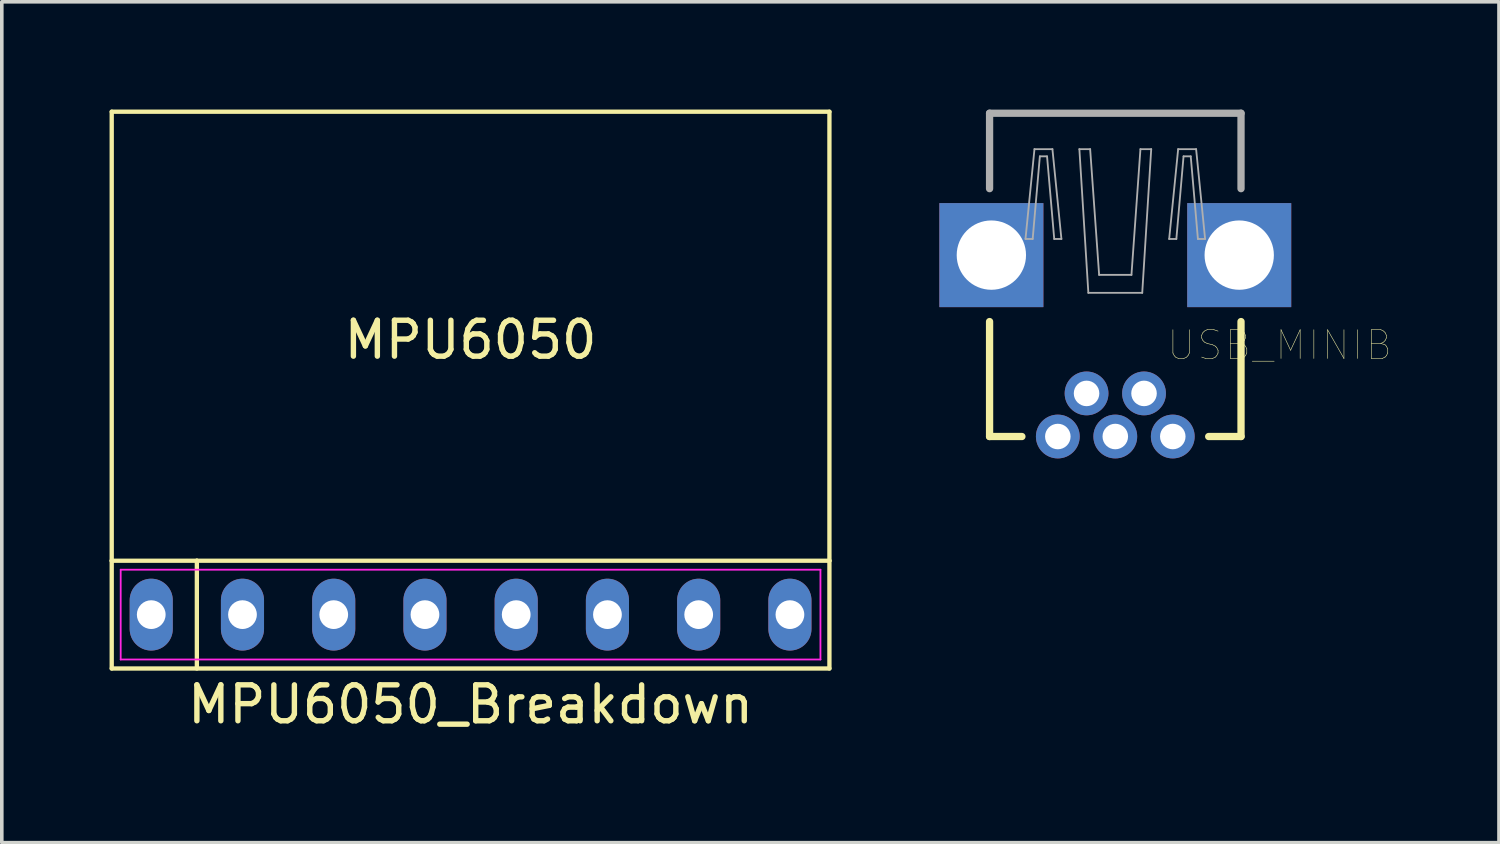
<source format=kicad_pcb>
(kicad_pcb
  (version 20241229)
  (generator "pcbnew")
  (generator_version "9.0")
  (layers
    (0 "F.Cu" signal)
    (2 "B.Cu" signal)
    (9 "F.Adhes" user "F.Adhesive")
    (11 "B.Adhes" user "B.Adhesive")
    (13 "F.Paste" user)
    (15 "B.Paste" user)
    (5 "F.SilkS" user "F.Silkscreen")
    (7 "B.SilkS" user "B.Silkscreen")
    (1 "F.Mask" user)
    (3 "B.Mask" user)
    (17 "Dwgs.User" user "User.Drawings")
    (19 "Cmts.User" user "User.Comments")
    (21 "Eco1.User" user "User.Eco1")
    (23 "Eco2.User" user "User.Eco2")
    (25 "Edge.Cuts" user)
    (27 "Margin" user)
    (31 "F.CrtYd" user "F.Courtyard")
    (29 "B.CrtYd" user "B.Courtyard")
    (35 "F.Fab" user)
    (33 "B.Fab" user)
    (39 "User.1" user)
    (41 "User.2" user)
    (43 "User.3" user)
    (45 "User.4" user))
  (footprint "MPU6050_Breakdown"
    (layer "F.Cu")
    (at 10.05 14.06)
    (property "Reference" "MPU6050_Breakdown" (at 0 2.5 0) (layer "F.SilkS") (effects (font (size 1 1) (thickness 0.15))))
    (attr through_hole)
    (fp_line (start -9.99 -14) (end -9.99 -1.5) (stroke (width 0.12) (type solid)) (layer "F.SilkS"))
    (fp_line (start -9.99 -14) (end 9.99 -14) (stroke (width 0.12) (type solid)) (layer "F.SilkS"))
    (fp_line (start -9.99 -1.5) (end -7.62 -1.5) (stroke (width 0.12) (type solid)) (layer "F.SilkS"))
    (fp_line (start -9.99 1.5) (end -9.99 -1.5) (stroke (width 0.12) (type solid)) (layer "F.SilkS"))
    (fp_line (start -7.62 -1.5) (end -7.62 1.5) (stroke (width 0.12) (type solid)) (layer "F.SilkS"))
    (fp_line (start -7.62 -1.5) (end 9.99 -1.5) (stroke (width 0.12) (type solid)) (layer "F.SilkS"))
    (fp_line (start 9.99 -1.5) (end 9.99 -14) (stroke (width 0.12) (type solid)) (layer "F.SilkS"))
    (fp_line (start 9.99 -1.5) (end 9.99 1.5) (stroke (width 0.12) (type solid)) (layer "F.SilkS"))
    (fp_line (start 9.99 1.5) (end -9.99 1.5) (stroke (width 0.12) (type solid)) (layer "F.SilkS"))
    (fp_line (start -9.74 -1.25) (end 9.74 -1.25) (stroke (width 0.05) (type solid)) (layer "F.CrtYd"))
    (fp_line (start -9.74 1.25) (end -9.74 -1.25) (stroke (width 0.05) (type solid)) (layer "F.CrtYd"))
    (fp_line (start 9.74 -1.25) (end 9.74 1.25) (stroke (width 0.05) (type solid)) (layer "F.CrtYd"))
    (fp_line (start 9.74 1.25) (end -9.74 1.25) (stroke (width 0.05) (type solid)) (layer "F.CrtYd"))
    (fp_text user "MPU6050" (at 0 -7.65 0) (layer "F.SilkS") (effects (font (size 1 1) (thickness 0.15))))
    (pad "1" thru_hole oval (at -8.89 0) (size 1.2 2) (drill 0.8) (layers "*.Cu" "*.Mask"))
    (pad "2" thru_hole oval (at -6.35 0) (size 1.2 2) (drill 0.8) (layers "*.Cu" "*.Mask"))
    (pad "3" thru_hole oval (at -3.81 0) (size 1.2 2) (drill 0.8) (layers "*.Cu" "*.Mask"))
    (pad "4" thru_hole oval (at -1.27 0) (size 1.2 2) (drill 0.8) (layers "*.Cu" "*.Mask"))
    (pad "5" thru_hole oval (at 1.27 0) (size 1.2 2) (drill 0.8) (layers "*.Cu" "*.Mask"))
    (pad "6" thru_hole oval (at 3.81 0) (size 1.2 2) (drill 0.8) (layers "*.Cu" "*.Mask"))
    (pad "7" thru_hole oval (at 6.35 0) (size 1.2 2) (drill 0.8) (layers "*.Cu" "*.Mask"))
    (pad "8" thru_hole oval (at 8.89 0) (size 1.2 2) (drill 0.8) (layers "*.Cu" "*.Mask")))
  (footprint "USB_MINIB"
    (layer "F.Cu")
    (at 27.998 9.102)
    (property "Reference" "USB_MINIB" (at 4.575 -2.542 180) (layer "F.SilkS") (effects (font (size 0.8 0.8) (thickness 0.015))))
    (attr through_hole)
    (fp_line (start -3.5 -3.2) (end -3.5 0) (stroke (width 0.203) (type solid)) (layer "F.SilkS"))
    (fp_line (start -3.5 0) (end -2.6 0) (stroke (width 0.203) (type solid)) (layer "F.SilkS"))
    (fp_line (start 2.6 0) (end 3.5 0) (stroke (width 0.203) (type solid)) (layer "F.SilkS"))
    (fp_line (start 3.5 0) (end 3.5 -3.2) (stroke (width 0.203) (type solid)) (layer "F.SilkS"))
    (fp_line (start -3.5 -9) (end -3.5 -6.9) (stroke (width 0.203) (type solid)) (layer "F.Fab"))
    (fp_line (start -3.5 -9) (end 3.5 -9) (stroke (width 0.203) (type solid)) (layer "F.Fab"))
    (fp_line (start -2.5 -5.5) (end -2.3 -5.5) (stroke (width 0.051) (type solid)) (layer "F.Fab"))
    (fp_line (start -2.3 -5.5) (end -2.1 -7.8) (stroke (width 0.051) (type solid)) (layer "F.Fab"))
    (fp_line (start -2.25 -8) (end -2.5 -5.5) (stroke (width 0.051) (type solid)) (layer "F.Fab"))
    (fp_line (start -2.25 -8) (end -1.75 -8) (stroke (width 0.051) (type solid)) (layer "F.Fab"))
    (fp_line (start -2.1 -7.8) (end -1.9 -7.8) (stroke (width 0.051) (type solid)) (layer "F.Fab"))
    (fp_line (start -1.9 -7.8) (end -1.7 -5.5) (stroke (width 0.051) (type solid)) (layer "F.Fab"))
    (fp_line (start -1.75 -8) (end -1.5 -5.5) (stroke (width 0.051) (type solid)) (layer "F.Fab"))
    (fp_line (start -1.7 -5.5) (end -1.5 -5.5) (stroke (width 0.051) (type solid)) (layer "F.Fab"))
    (fp_line (start -0.75 -4) (end -1 -8) (stroke (width 0.051) (type solid)) (layer "F.Fab"))
    (fp_line (start -0.75 -4) (end 0.75 -4) (stroke (width 0.051) (type solid)) (layer "F.Fab"))
    (fp_line (start -0.7 -8) (end -1 -8) (stroke (width 0.051) (type solid)) (layer "F.Fab"))
    (fp_line (start -0.7 -8) (end -0.45 -4.5) (stroke (width 0.051) (type solid)) (layer "F.Fab"))
    (fp_line (start -0.45 -4.5) (end 0.45 -4.5) (stroke (width 0.051) (type solid)) (layer "F.Fab"))
    (fp_line (start 0.45 -4.5) (end 0.7 -8) (stroke (width 0.051) (type solid)) (layer "F.Fab"))
    (fp_line (start 0.7 -8) (end 1 -8) (stroke (width 0.051) (type solid)) (layer "F.Fab"))
    (fp_line (start 0.75 -4) (end 1 -8) (stroke (width 0.051) (type solid)) (layer "F.Fab"))
    (fp_line (start 1.5 -5.5) (end 1.7 -5.5) (stroke (width 0.051) (type solid)) (layer "F.Fab"))
    (fp_line (start 1.7 -5.5) (end 1.9 -7.8) (stroke (width 0.051) (type solid)) (layer "F.Fab"))
    (fp_line (start 1.75 -8) (end 1.5 -5.5) (stroke (width 0.051) (type solid)) (layer "F.Fab"))
    (fp_line (start 1.75 -8) (end 2.25 -8) (stroke (width 0.051) (type solid)) (layer "F.Fab"))
    (fp_line (start 1.9 -7.8) (end 2.1 -7.8) (stroke (width 0.051) (type solid)) (layer "F.Fab"))
    (fp_line (start 2.1 -7.8) (end 2.3 -5.5) (stroke (width 0.051) (type solid)) (layer "F.Fab"))
    (fp_line (start 2.25 -8) (end 2.5 -5.5) (stroke (width 0.051) (type solid)) (layer "F.Fab"))
    (fp_line (start 2.3 -5.5) (end 2.5 -5.5) (stroke (width 0.051) (type solid)) (layer "F.Fab"))
    (fp_line (start 3.5 -9) (end 3.5 -6.9) (stroke (width 0.203) (type solid)) (layer "F.Fab"))
    (pad "1" thru_hole oval (at 1.6 0) (size 1.219 1.219) (drill 0.711) (layers "*.Cu" "*.Mask"))
    (pad "2" thru_hole oval (at 0.8 -1.2) (size 1.219 1.219) (drill 0.711) (layers "*.Cu" "*.Mask"))
    (pad "3" thru_hole oval (at 0 0) (size 1.219 1.219) (drill 0.711) (layers "*.Cu" "*.Mask"))
    (pad "4" thru_hole oval (at -0.8 -1.2) (size 1.219 1.219) (drill 0.711) (layers "*.Cu" "*.Mask"))
    (pad "5" thru_hole oval (at -1.6 0) (size 1.219 1.219) (drill 0.711) (layers "*.Cu" "*.Mask"))
    (pad "6" thru_hole rect (at -3.45 -5.05) (size 2.896 2.896) (drill 1.93) (layers "*.Cu" "*.Mask"))
    (pad "6" thru_hole rect (at 3.45 -5.05) (size 2.896 2.896) (drill 1.93) (layers "*.Cu" "*.Mask")))
  (gr_rect
    (start -3 -3)
    (end 38.679 20.408)
    (stroke (width 0.1) (type default))
    (fill no)
    (layer "Edge.Cuts")))
</source>
